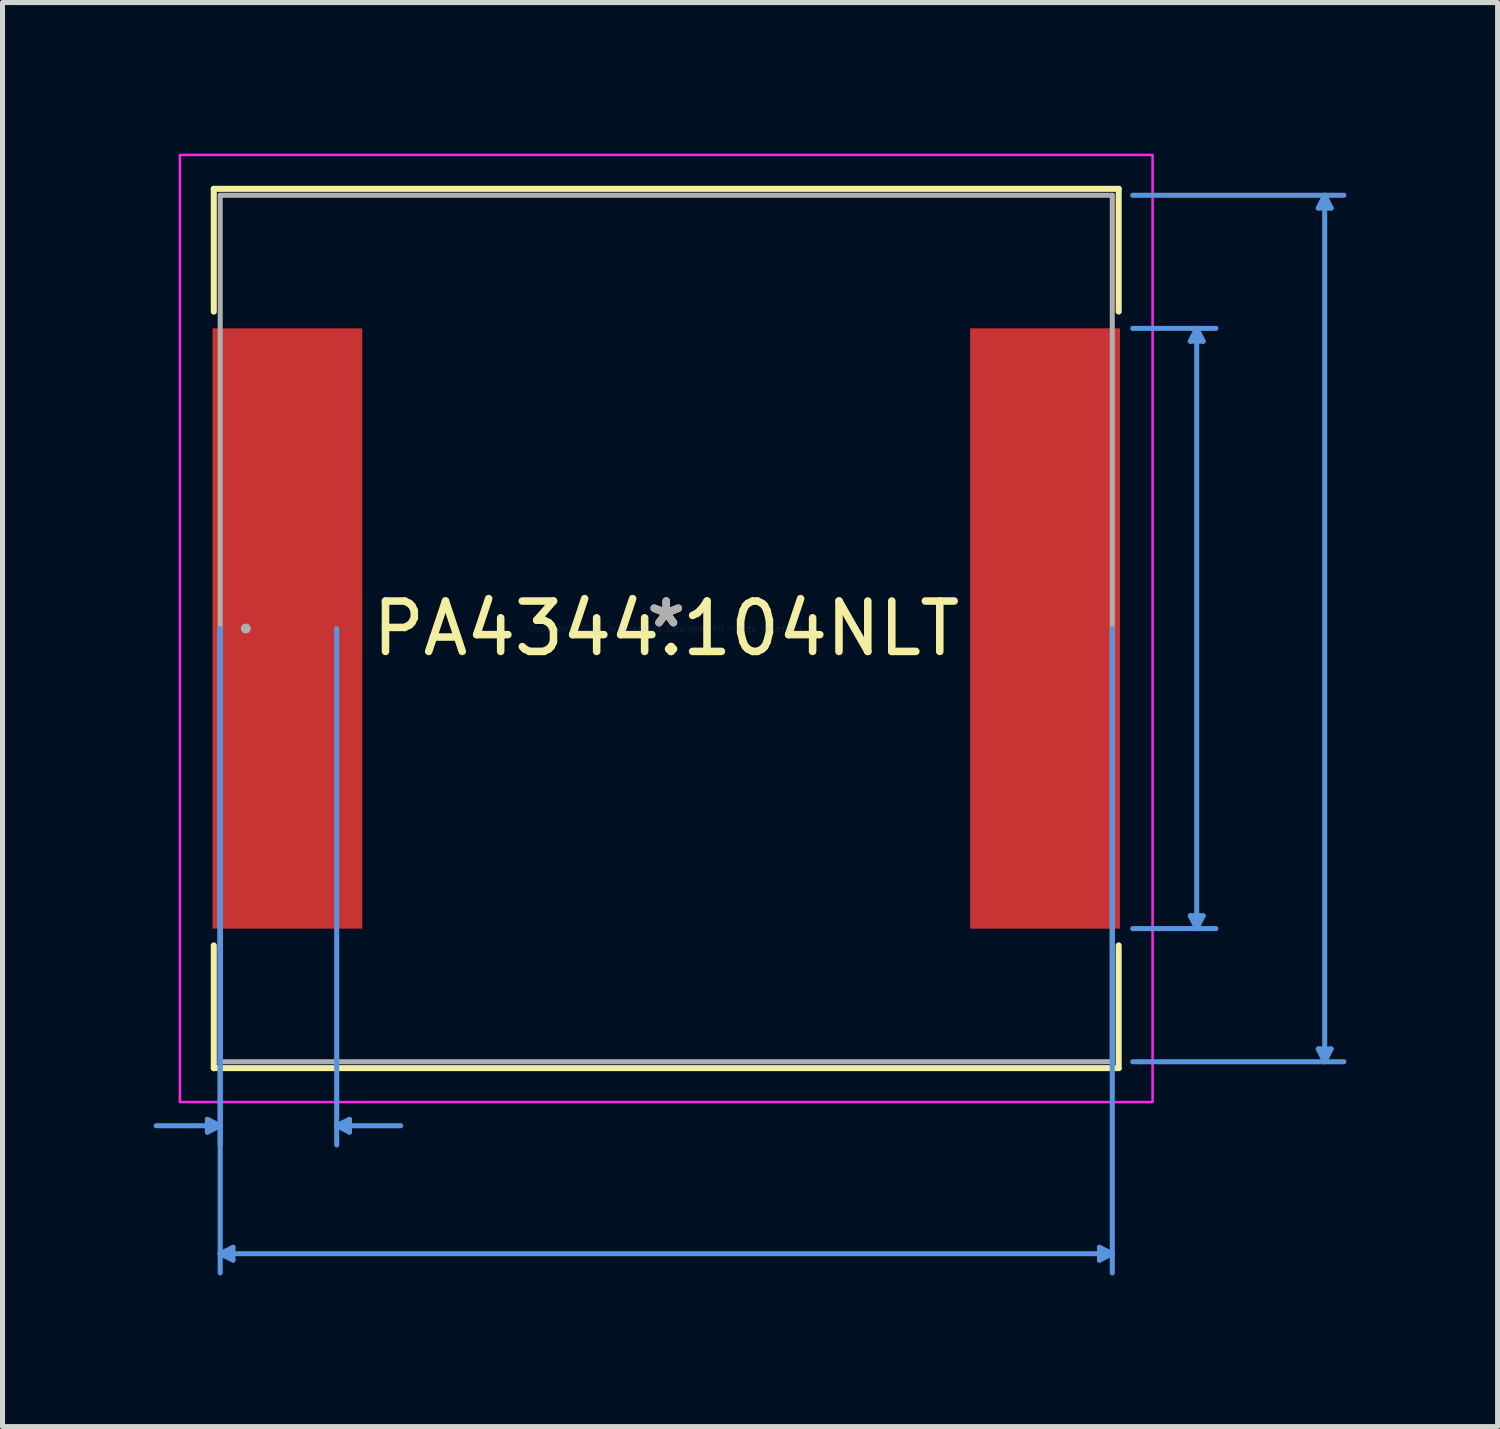
<source format=kicad_pcb>
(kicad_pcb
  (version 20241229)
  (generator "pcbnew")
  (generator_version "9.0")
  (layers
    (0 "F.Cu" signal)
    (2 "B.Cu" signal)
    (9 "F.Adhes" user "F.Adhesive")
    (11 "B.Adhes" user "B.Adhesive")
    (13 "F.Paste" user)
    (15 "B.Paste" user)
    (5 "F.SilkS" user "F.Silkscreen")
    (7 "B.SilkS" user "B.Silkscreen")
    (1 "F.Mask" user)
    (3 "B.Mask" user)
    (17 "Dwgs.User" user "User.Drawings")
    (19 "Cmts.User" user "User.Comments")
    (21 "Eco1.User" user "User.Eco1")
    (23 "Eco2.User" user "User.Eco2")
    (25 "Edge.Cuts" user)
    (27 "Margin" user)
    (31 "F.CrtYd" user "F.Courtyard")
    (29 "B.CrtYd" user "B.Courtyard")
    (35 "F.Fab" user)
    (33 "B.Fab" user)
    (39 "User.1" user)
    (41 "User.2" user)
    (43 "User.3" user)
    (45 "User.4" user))
  (footprint "PA4344.104NLT"
    (layer "F.Cu")
    (at 10.172 9.423)
    (property "Reference" "PA4344.104NLT" (at 0 0 0) (layer "F.SilkS") (effects (font (size 1 1) (thickness 0.15))))
    (attr through_hole)
    (fp_line (start -8.979 -8.725) (end -8.979 -6.289) (stroke (width 0.12) (type solid)) (layer "F.SilkS"))
    (fp_line (start -8.979 6.289) (end -8.979 8.725) (stroke (width 0.12) (type solid)) (layer "F.SilkS"))
    (fp_line (start -8.979 8.725) (end 8.979 8.725) (stroke (width 0.12) (type solid)) (layer "F.SilkS"))
    (fp_line (start 8.979 -8.725) (end -8.979 -8.725) (stroke (width 0.12) (type solid)) (layer "F.SilkS"))
    (fp_line (start 8.979 -6.289) (end 8.979 -8.725) (stroke (width 0.12) (type solid)) (layer "F.SilkS"))
    (fp_line (start 8.979 8.725) (end 8.979 6.289) (stroke (width 0.12) (type solid)) (layer "F.SilkS"))
    (fp_line (start -9.106 9.741) (end -9.106 9.995) (stroke (width 0.1) (type solid)) (layer "Cmts.User"))
    (fp_line (start -8.852 0) (end -8.852 10.249) (stroke (width 0.1) (type solid)) (layer "Cmts.User"))
    (fp_line (start -8.852 0) (end -8.852 12.789) (stroke (width 0.1) (type solid)) (layer "Cmts.User"))
    (fp_line (start -8.852 9.868) (end -10.122 9.868) (stroke (width 0.1) (type solid)) (layer "Cmts.User"))
    (fp_line (start -8.852 9.868) (end -9.106 9.741) (stroke (width 0.1) (type solid)) (layer "Cmts.User"))
    (fp_line (start -8.852 9.868) (end -9.106 9.995) (stroke (width 0.1) (type solid)) (layer "Cmts.User"))
    (fp_line (start -8.852 12.408) (end -8.598 12.281) (stroke (width 0.1) (type solid)) (layer "Cmts.User"))
    (fp_line (start -8.852 12.408) (end -8.598 12.535) (stroke (width 0.1) (type solid)) (layer "Cmts.User"))
    (fp_line (start -8.852 12.408) (end 8.852 12.408) (stroke (width 0.1) (type solid)) (layer "Cmts.User"))
    (fp_line (start -8.598 12.281) (end -8.598 12.535) (stroke (width 0.1) (type solid)) (layer "Cmts.User"))
    (fp_line (start -6.54 0) (end -6.54 10.249) (stroke (width 0.1) (type solid)) (layer "Cmts.User"))
    (fp_line (start -6.54 9.868) (end -6.287 9.741) (stroke (width 0.1) (type solid)) (layer "Cmts.User"))
    (fp_line (start -6.54 9.868) (end -6.287 9.995) (stroke (width 0.1) (type solid)) (layer "Cmts.User"))
    (fp_line (start -6.54 9.868) (end -5.271 9.868) (stroke (width 0.1) (type solid)) (layer "Cmts.User"))
    (fp_line (start -6.287 9.741) (end -6.287 9.995) (stroke (width 0.1) (type solid)) (layer "Cmts.User"))
    (fp_line (start 8.598 12.281) (end 8.598 12.535) (stroke (width 0.1) (type solid)) (layer "Cmts.User"))
    (fp_line (start 8.852 0) (end 8.852 12.789) (stroke (width 0.1) (type solid)) (layer "Cmts.User"))
    (fp_line (start 8.852 12.408) (end 8.598 12.281) (stroke (width 0.1) (type solid)) (layer "Cmts.User"))
    (fp_line (start 8.852 12.408) (end 8.598 12.535) (stroke (width 0.1) (type solid)) (layer "Cmts.User"))
    (fp_line (start 9.258 -8.598) (end 13.449 -8.598) (stroke (width 0.1) (type solid)) (layer "Cmts.User"))
    (fp_line (start 9.258 -5.956) (end 10.909 -5.956) (stroke (width 0.1) (type solid)) (layer "Cmts.User"))
    (fp_line (start 9.258 5.956) (end 10.909 5.956) (stroke (width 0.1) (type solid)) (layer "Cmts.User"))
    (fp_line (start 9.258 8.598) (end 13.449 8.598) (stroke (width 0.1) (type solid)) (layer "Cmts.User"))
    (fp_line (start 10.401 -5.702) (end 10.655 -5.702) (stroke (width 0.1) (type solid)) (layer "Cmts.User"))
    (fp_line (start 10.401 5.702) (end 10.655 5.702) (stroke (width 0.1) (type solid)) (layer "Cmts.User"))
    (fp_line (start 10.528 -5.956) (end 10.401 -5.702) (stroke (width 0.1) (type solid)) (layer "Cmts.User"))
    (fp_line (start 10.528 -5.956) (end 10.528 5.956) (stroke (width 0.1) (type solid)) (layer "Cmts.User"))
    (fp_line (start 10.528 -5.956) (end 10.655 -5.702) (stroke (width 0.1) (type solid)) (layer "Cmts.User"))
    (fp_line (start 10.528 5.956) (end 10.401 5.702) (stroke (width 0.1) (type solid)) (layer "Cmts.User"))
    (fp_line (start 10.528 5.956) (end 10.655 5.702) (stroke (width 0.1) (type solid)) (layer "Cmts.User"))
    (fp_line (start 12.941 -8.344) (end 13.195 -8.344) (stroke (width 0.1) (type solid)) (layer "Cmts.User"))
    (fp_line (start 12.941 8.344) (end 13.195 8.344) (stroke (width 0.1) (type solid)) (layer "Cmts.User"))
    (fp_line (start 13.068 -8.598) (end 12.941 -8.344) (stroke (width 0.1) (type solid)) (layer "Cmts.User"))
    (fp_line (start 13.068 -8.598) (end 13.068 8.598) (stroke (width 0.1) (type solid)) (layer "Cmts.User"))
    (fp_line (start 13.068 -8.598) (end 13.195 -8.344) (stroke (width 0.1) (type solid)) (layer "Cmts.User"))
    (fp_line (start 13.068 8.598) (end 12.941 8.344) (stroke (width 0.1) (type solid)) (layer "Cmts.User"))
    (fp_line (start 13.068 8.598) (end 13.195 8.344) (stroke (width 0.1) (type solid)) (layer "Cmts.User"))
    (fp_rect (start -9.652 -9.398) (end 9.652 9.398) (stroke (width 0.05) (type solid)) (fill no) (layer "F.CrtYd"))
    (fp_line (start -8.852 -8.598) (end -8.852 8.598) (stroke (width 0.1) (type solid)) (layer "F.Fab"))
    (fp_line (start -8.852 8.598) (end 8.852 8.598) (stroke (width 0.1) (type solid)) (layer "F.Fab"))
    (fp_line (start 8.852 -8.598) (end -8.852 -8.598) (stroke (width 0.1) (type solid)) (layer "F.Fab"))
    (fp_line (start 8.852 8.598) (end 8.852 -8.598) (stroke (width 0.1) (type solid)) (layer "F.Fab"))
    (fp_circle (center -8.344 0) (end -8.344 0) (stroke (width 0.1) (type solid)) (fill no) (layer "F.Fab"))
    (fp_text user "*" (at 0 0 0) (layer "F.SilkS") (effects (font (size 1 1) (thickness 0.15))))
    (fp_text user "Copyright 2021 Accelerated Designs. All rights reserved." (at 0 0 0) (layer "Cmts.User") (effects (font (size 0.127 0.127) (thickness 0.002))))
    (fp_text user "*" (at 0 0 0) (layer "F.Fab") (effects (font (size 1 1) (thickness 0.15))))
    (pad "1" smd rect (at -7.518 0 90) (size 11.913 2.972) (layers "F.Cu" "F.Mask" "F.Paste"))
    (pad "2" smd rect (at 7.518 0 90) (size 11.913 2.972) (layers "F.Cu" "F.Mask" "F.Paste")))
  (gr_rect
    (start -3 -3)
    (end 26.671 25.262)
    (stroke (width 0.1) (type default))
    (fill no)
    (layer "Edge.Cuts")))
</source>
